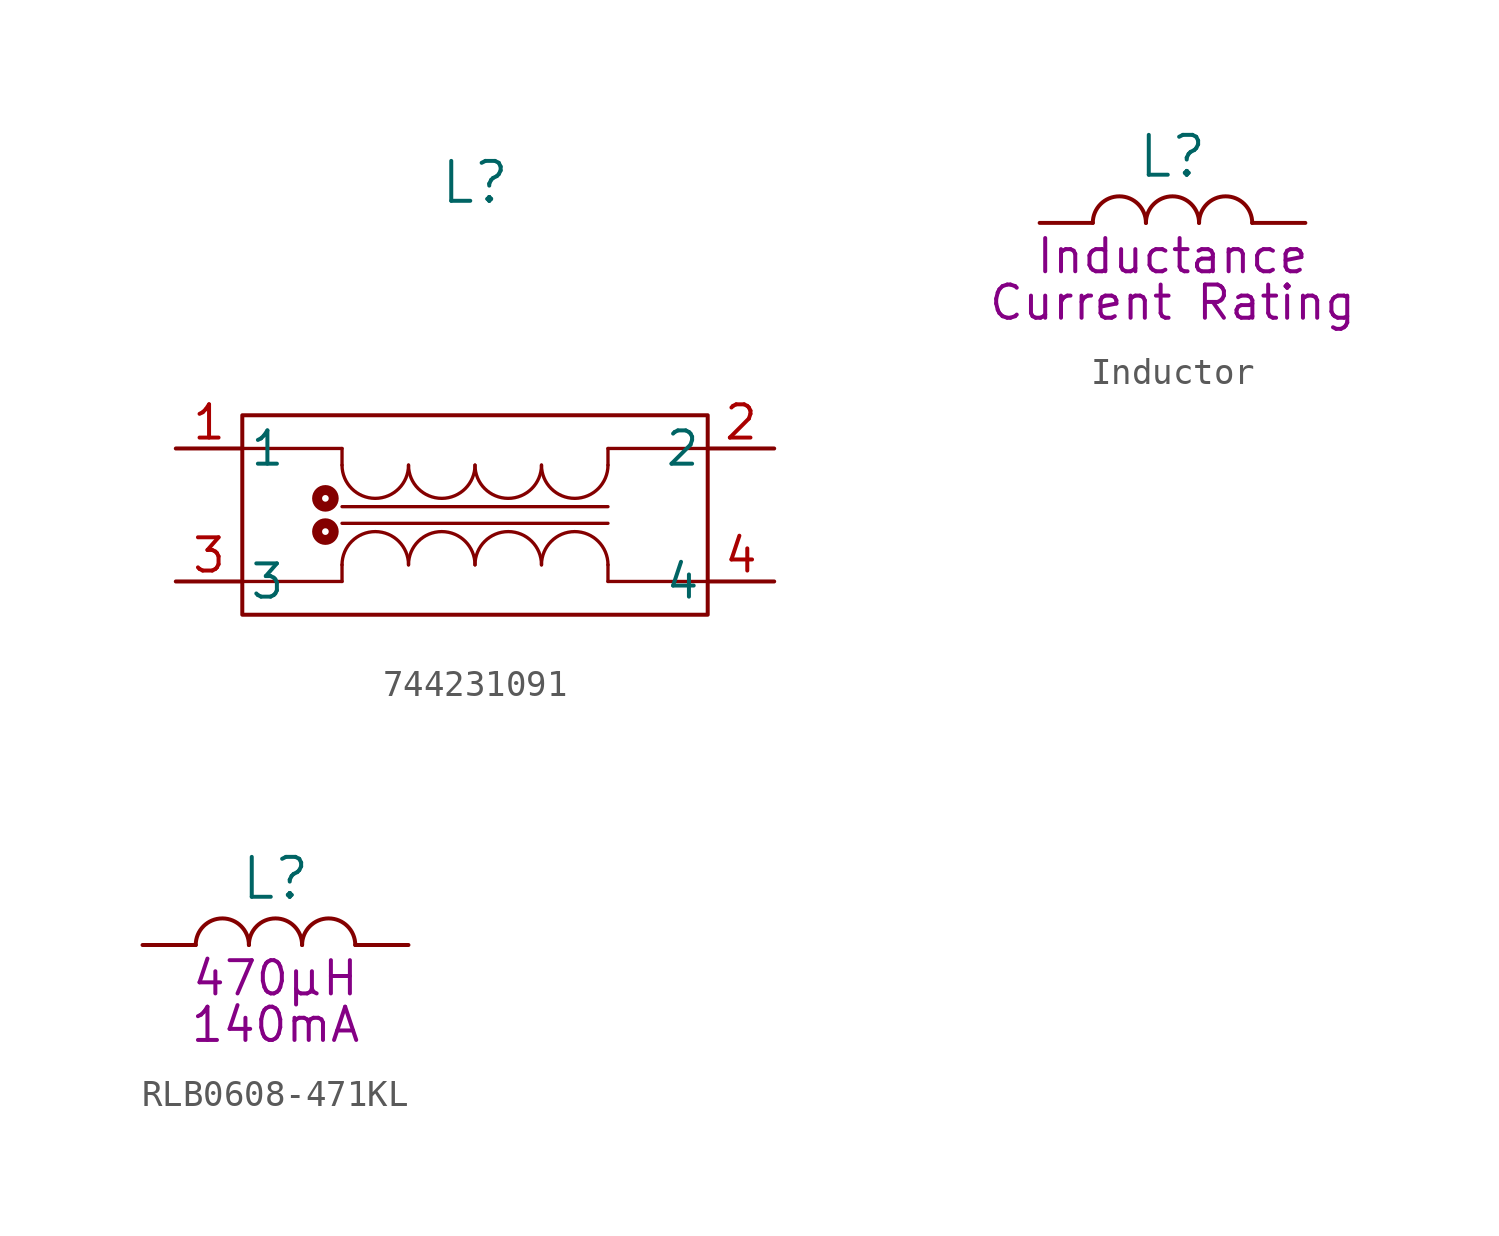
<source format=kicad_sym>
(kicad_symbol_lib
  (version 20231120)
  (generator "kicad_symbol_editor")
  (generator_version "8.0")
  (symbol "744231091"
    (pin_names
      (offset 0.254))
    (property "Reference" "L"
      (at 0 12.7 0)
      (effects (font (size 1.524 1.524))))
    (symbol "744231091_0_1"
      (circle (center -5.715 -0.635) (radius 0.127) (stroke (width 0.381) (type default)) (fill (type none)))
      (circle (center -5.715 0.635) (radius 0.127) (stroke (width 0.381) (type default)) (fill (type none)))
      (arc (start -5.08 1.905) (mid -3.81 0.6406) (end -2.54 1.905) (stroke (width 0.127) (type default)) (fill (type none)))
      (arc (start -2.54 -1.905) (mid -3.81 -0.6405) (end -5.08 -1.905) (stroke (width 0.127) (type default)) (fill (type none)))
      (arc (start -2.54 1.905) (mid -1.27 0.6406) (end 0 1.905) (stroke (width 0.127) (type default)) (fill (type none)))
      (arc (start 0 -1.905) (mid -1.27 -0.6405) (end -2.54 -1.905) (stroke (width 0.127) (type default)) (fill (type none)))
      (polyline (pts (xy -8.89 -2.54) (xy -5.08 -2.54)) (stroke (width 0.127) (type default)) (fill (type none)))
      (polyline (pts (xy -8.89 2.54) (xy -5.08 2.54)) (stroke (width 0.127) (type default)) (fill (type none)))
      (polyline (pts (xy -5.08 -2.54) (xy -5.08 -1.905)) (stroke (width 0.127) (type default)) (fill (type none)))
      (polyline (pts (xy -5.08 0.318) (xy 5.08 0.318)) (stroke (width 0.127) (type default)) (fill (type none)))
      (polyline (pts (xy -5.08 2.54) (xy -5.08 1.905)) (stroke (width 0.127) (type default)) (fill (type none)))
      (polyline (pts (xy 5.08 -2.54) (xy 5.08 -1.905)) (stroke (width 0.127) (type default)) (fill (type none)))
      (polyline (pts (xy 5.08 -0.318) (xy -5.08 -0.318)) (stroke (width 0.127) (type default)) (fill (type none)))
      (polyline (pts (xy 5.08 2.54) (xy 5.08 1.905)) (stroke (width 0.127) (type default)) (fill (type none)))
      (polyline (pts (xy 8.89 -2.54) (xy 5.08 -2.54)) (stroke (width 0.127) (type default)) (fill (type none)))
      (polyline (pts (xy 8.89 2.54) (xy 5.08 2.54)) (stroke (width 0.127) (type default)) (fill (type none)))
      (arc (start 0 1.905) (mid 1.27 0.6406) (end 2.54 1.905) (stroke (width 0.127) (type default)) (fill (type none)))
      (arc (start 2.54 -1.905) (mid 1.27 -0.6405) (end 0 -1.905) (stroke (width 0.127) (type default)) (fill (type none)))
      (arc (start 2.54 1.905) (mid 3.81 0.6406) (end 5.08 1.905) (stroke (width 0.127) (type default)) (fill (type none)))
      (arc (start 5.08 -1.905) (mid 3.81 -0.6405) (end 2.54 -1.905) (stroke (width 0.127) (type default)) (fill (type none)))
      (pin unspecified line (at -11.43 2.54 0) (length 2.54) (name "1" (effects (font (size 1.27 1.27)))) (number "1" (effects (font (size 1.27 1.27)))))
      (pin unspecified line (at -11.43 -2.54 0) (length 2.54) (name "3" (effects (font (size 1.27 1.27)))) (number "3" (effects (font (size 1.27 1.27)))))
      (pin unspecified line (at 11.43 -2.54 180) (length 2.54) (name "4" (effects (font (size 1.27 1.27)))) (number "4" (effects (font (size 1.27 1.27))))))
    (symbol "744231091_1_1"
      (rectangle (start -8.89 3.81) (end 8.89 -3.81) (stroke (width 0) (type default)) (fill (type none)))
      (pin unspecified line (at 11.43 2.54 180) (length 2.54) (name "2" (effects (font (size 1.27 1.27)))) (number "2" (effects (font (size 1.27 1.27)))))))
  (symbol "Inductor"
    (pin_numbers hide)
    (pin_names
      (offset 0) hide)
    (property "Reference" "L"
      (at 0 2.54 0)
      (effects (font (size 1.524 1.524))))
    (property "Inductance (Henry)" "Inductance"
      (at 0 -1.27 0)
      (effects (font (size 1.27 1.27))))
    (property "Current Rating (Ampere)" "Current Rating"
      (at 0 -3.048 0)
      (effects (font (size 1.27 1.27))))
    (symbol "Inductor_0_1"
      (arc (start -1.016 0) (mid -2.032 1.0116) (end -3.048 0) (stroke (width 0) (type default)) (fill (type none)))
      (arc (start 1.016 0) (mid 0 1.0116) (end -1.016 0) (stroke (width 0) (type default)) (fill (type none)))
      (arc (start 3.048 0) (mid 2.032 1.0116) (end 1.016 0) (stroke (width 0) (type default)) (fill (type none))))
    (symbol "Inductor_1_1"
      (pin passive line (at -5.08 0 0) (length 2.032) (name "1" (effects (font (size 1.27 1.27)))) (number "1" (effects (font (size 1.27 1.27)))))
      (pin passive line (at 5.08 0 180) (length 2.032) (name "2" (effects (font (size 1.27 1.27)))) (number "2" (effects (font (size 1.27 1.27)))))))
  (symbol "RLB0608-471KL"
    (pin_numbers hide)
    (pin_names
      (offset 0) hide)
    (property "Reference" "L"
      (at 0 2.54 0)
      (effects (font (size 1.524 1.524))))
    (property "Inductance (Henry)" "470µH"
      (at 0 -1.27 0)
      (effects (font (size 1.27 1.27))))
    (property "Current Rating (Ampere)" "140mA"
      (at 0 -3.048 0)
      (effects (font (size 1.27 1.27))))
    (symbol "RLB0608-471KL_0_1"
      (arc (start -1.016 0) (mid -2.032 1.0116) (end -3.048 0) (stroke (width 0) (type default)) (fill (type none)))
      (arc (start 1.016 0) (mid 0 1.0116) (end -1.016 0) (stroke (width 0) (type default)) (fill (type none)))
      (arc (start 3.048 0) (mid 2.032 1.0116) (end 1.016 0) (stroke (width 0) (type default)) (fill (type none))))
    (symbol "RLB0608-471KL_1_1"
      (pin passive line (at -5.08 0 0) (length 2.032) (name "1" (effects (font (size 1.27 1.27)))) (number "1" (effects (font (size 1.27 1.27)))))
      (pin passive line (at 5.08 0 180) (length 2.032) (name "2" (effects (font (size 1.27 1.27)))) (number "2" (effects (font (size 1.27 1.27))))))))
</source>
